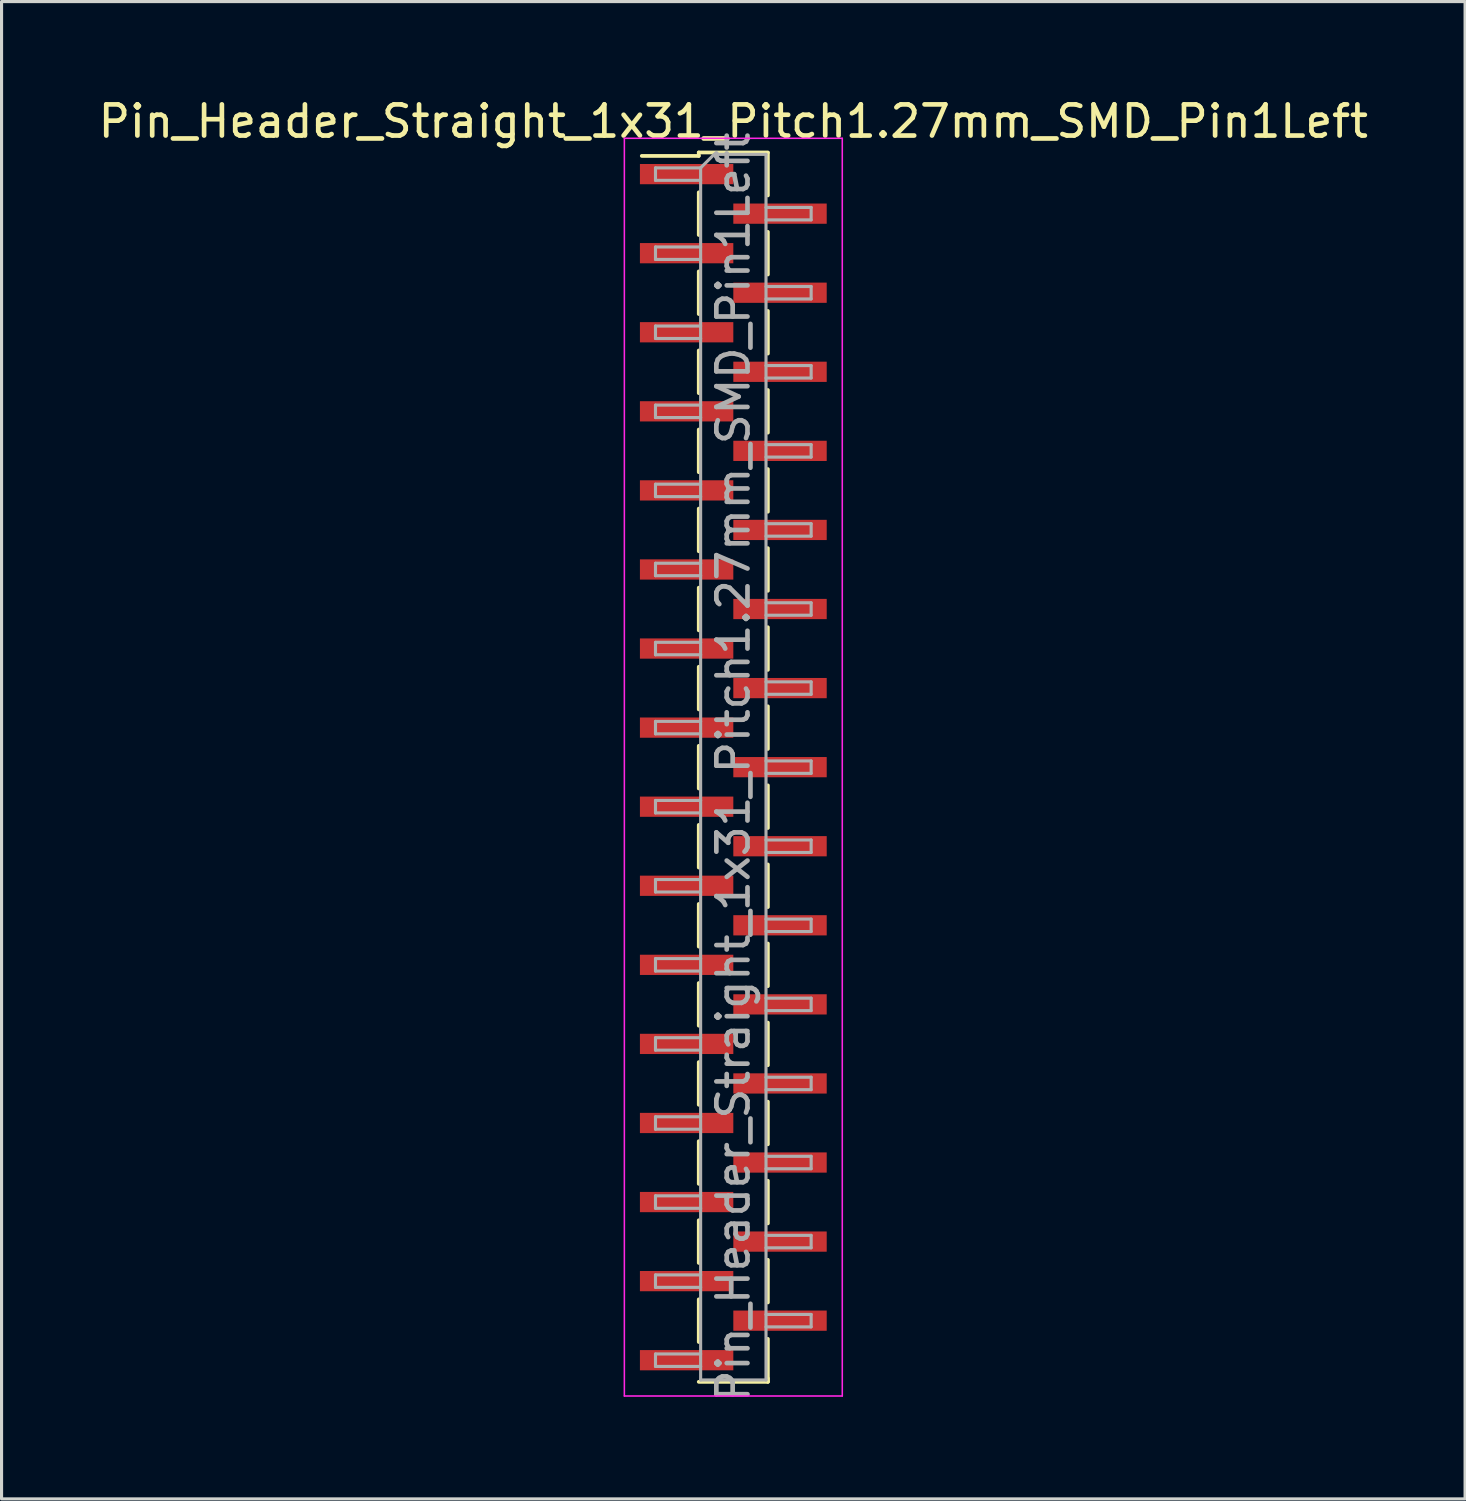
<source format=kicad_pcb>
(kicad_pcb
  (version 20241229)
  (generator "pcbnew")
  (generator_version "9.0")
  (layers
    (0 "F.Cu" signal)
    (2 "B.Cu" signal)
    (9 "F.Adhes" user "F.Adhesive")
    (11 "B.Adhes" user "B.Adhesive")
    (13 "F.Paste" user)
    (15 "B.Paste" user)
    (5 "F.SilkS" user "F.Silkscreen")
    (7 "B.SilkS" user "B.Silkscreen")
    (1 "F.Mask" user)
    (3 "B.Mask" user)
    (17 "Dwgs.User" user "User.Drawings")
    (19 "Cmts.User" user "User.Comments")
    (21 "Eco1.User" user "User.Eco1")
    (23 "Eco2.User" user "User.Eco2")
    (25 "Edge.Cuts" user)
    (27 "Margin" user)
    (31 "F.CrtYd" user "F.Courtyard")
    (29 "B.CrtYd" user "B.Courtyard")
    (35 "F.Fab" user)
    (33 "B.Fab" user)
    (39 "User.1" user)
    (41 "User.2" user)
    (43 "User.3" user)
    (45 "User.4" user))
  (footprint "Pin_Header_Straight_1x31_Pitch1.27mm_SMD_Pin1Left"
    (layer "F.Cu")
    (at 20.506 21.593)
    (property "Reference" "Pin_Header_Straight_1x31_Pitch1.27mm_SMD_Pin1Left" (at 0 -20.745 0) (layer "F.SilkS") (effects (font (size 1 1) (thickness 0.15))))
    (attr smd)
    (fp_line (start -1.11 -19.745) (end -1.11 -19.635) (stroke (width 0.12) (type solid)) (layer "F.SilkS"))
    (fp_line (start -1.11 -19.745) (end 1.11 -19.745) (stroke (width 0.12) (type solid)) (layer "F.SilkS"))
    (fp_line (start -1.11 -19.635) (end -2.94 -19.635) (stroke (width 0.12) (type solid)) (layer "F.SilkS"))
    (fp_line (start -1.11 -18.465) (end -1.11 -17.095) (stroke (width 0.12) (type solid)) (layer "F.SilkS"))
    (fp_line (start -1.11 -15.925) (end -1.11 -14.555) (stroke (width 0.12) (type solid)) (layer "F.SilkS"))
    (fp_line (start -1.11 -13.385) (end -1.11 -12.015) (stroke (width 0.12) (type solid)) (layer "F.SilkS"))
    (fp_line (start -1.11 -10.845) (end -1.11 -9.475) (stroke (width 0.12) (type solid)) (layer "F.SilkS"))
    (fp_line (start -1.11 -8.305) (end -1.11 -6.935) (stroke (width 0.12) (type solid)) (layer "F.SilkS"))
    (fp_line (start -1.11 -5.765) (end -1.11 -4.395) (stroke (width 0.12) (type solid)) (layer "F.SilkS"))
    (fp_line (start -1.11 -3.225) (end -1.11 -1.855) (stroke (width 0.12) (type solid)) (layer "F.SilkS"))
    (fp_line (start -1.11 -0.685) (end -1.11 0.685) (stroke (width 0.12) (type solid)) (layer "F.SilkS"))
    (fp_line (start -1.11 1.855) (end -1.11 3.225) (stroke (width 0.12) (type solid)) (layer "F.SilkS"))
    (fp_line (start -1.11 4.395) (end -1.11 5.765) (stroke (width 0.12) (type solid)) (layer "F.SilkS"))
    (fp_line (start -1.11 6.935) (end -1.11 8.305) (stroke (width 0.12) (type solid)) (layer "F.SilkS"))
    (fp_line (start -1.11 9.475) (end -1.11 10.845) (stroke (width 0.12) (type solid)) (layer "F.SilkS"))
    (fp_line (start -1.11 12.015) (end -1.11 13.385) (stroke (width 0.12) (type solid)) (layer "F.SilkS"))
    (fp_line (start -1.11 14.555) (end -1.11 15.925) (stroke (width 0.12) (type solid)) (layer "F.SilkS"))
    (fp_line (start -1.11 17.095) (end -1.11 18.465) (stroke (width 0.12) (type solid)) (layer "F.SilkS"))
    (fp_line (start -1.11 19.745) (end 1.11 19.745) (stroke (width 0.12) (type solid)) (layer "F.SilkS"))
    (fp_line (start 1.11 -19.735) (end 1.11 -18.365) (stroke (width 0.12) (type solid)) (layer "F.SilkS"))
    (fp_line (start 1.11 -17.195) (end 1.11 -15.825) (stroke (width 0.12) (type solid)) (layer "F.SilkS"))
    (fp_line (start 1.11 -14.655) (end 1.11 -13.285) (stroke (width 0.12) (type solid)) (layer "F.SilkS"))
    (fp_line (start 1.11 -12.115) (end 1.11 -10.745) (stroke (width 0.12) (type solid)) (layer "F.SilkS"))
    (fp_line (start 1.11 -9.575) (end 1.11 -8.205) (stroke (width 0.12) (type solid)) (layer "F.SilkS"))
    (fp_line (start 1.11 -7.035) (end 1.11 -5.665) (stroke (width 0.12) (type solid)) (layer "F.SilkS"))
    (fp_line (start 1.11 -4.495) (end 1.11 -3.125) (stroke (width 0.12) (type solid)) (layer "F.SilkS"))
    (fp_line (start 1.11 -1.955) (end 1.11 -0.585) (stroke (width 0.12) (type solid)) (layer "F.SilkS"))
    (fp_line (start 1.11 0.585) (end 1.11 1.955) (stroke (width 0.12) (type solid)) (layer "F.SilkS"))
    (fp_line (start 1.11 3.125) (end 1.11 4.495) (stroke (width 0.12) (type solid)) (layer "F.SilkS"))
    (fp_line (start 1.11 5.665) (end 1.11 7.035) (stroke (width 0.12) (type solid)) (layer "F.SilkS"))
    (fp_line (start 1.11 8.205) (end 1.11 9.575) (stroke (width 0.12) (type solid)) (layer "F.SilkS"))
    (fp_line (start 1.11 10.745) (end 1.11 12.115) (stroke (width 0.12) (type solid)) (layer "F.SilkS"))
    (fp_line (start 1.11 13.285) (end 1.11 14.655) (stroke (width 0.12) (type solid)) (layer "F.SilkS"))
    (fp_line (start 1.11 15.825) (end 1.11 17.195) (stroke (width 0.12) (type solid)) (layer "F.SilkS"))
    (fp_line (start 1.11 18.365) (end 1.11 19.735) (stroke (width 0.12) (type solid)) (layer "F.SilkS"))
    (fp_line (start 1.11 19.635) (end 1.11 19.745) (stroke (width 0.12) (type solid)) (layer "F.SilkS"))
    (fp_line (start -3.5 -20.2) (end -3.5 20.2) (stroke (width 0.05) (type solid)) (layer "F.CrtYd"))
    (fp_line (start -3.5 20.2) (end 3.5 20.2) (stroke (width 0.05) (type solid)) (layer "F.CrtYd"))
    (fp_line (start 3.5 -20.2) (end -3.5 -20.2) (stroke (width 0.05) (type solid)) (layer "F.CrtYd"))
    (fp_line (start 3.5 20.2) (end 3.5 -20.2) (stroke (width 0.05) (type solid)) (layer "F.CrtYd"))
    (fp_line (start -2.5 -19.25) (end -2.5 -18.85) (stroke (width 0.1) (type solid)) (layer "F.Fab"))
    (fp_line (start -2.5 -18.85) (end -1.05 -18.85) (stroke (width 0.1) (type solid)) (layer "F.Fab"))
    (fp_line (start -2.5 -16.71) (end -2.5 -16.31) (stroke (width 0.1) (type solid)) (layer "F.Fab"))
    (fp_line (start -2.5 -16.31) (end -1.05 -16.31) (stroke (width 0.1) (type solid)) (layer "F.Fab"))
    (fp_line (start -2.5 -14.17) (end -2.5 -13.77) (stroke (width 0.1) (type solid)) (layer "F.Fab"))
    (fp_line (start -2.5 -13.77) (end -1.05 -13.77) (stroke (width 0.1) (type solid)) (layer "F.Fab"))
    (fp_line (start -2.5 -11.63) (end -2.5 -11.23) (stroke (width 0.1) (type solid)) (layer "F.Fab"))
    (fp_line (start -2.5 -11.23) (end -1.05 -11.23) (stroke (width 0.1) (type solid)) (layer "F.Fab"))
    (fp_line (start -2.5 -9.09) (end -2.5 -8.69) (stroke (width 0.1) (type solid)) (layer "F.Fab"))
    (fp_line (start -2.5 -8.69) (end -1.05 -8.69) (stroke (width 0.1) (type solid)) (layer "F.Fab"))
    (fp_line (start -2.5 -6.55) (end -2.5 -6.15) (stroke (width 0.1) (type solid)) (layer "F.Fab"))
    (fp_line (start -2.5 -6.15) (end -1.05 -6.15) (stroke (width 0.1) (type solid)) (layer "F.Fab"))
    (fp_line (start -2.5 -4.01) (end -2.5 -3.61) (stroke (width 0.1) (type solid)) (layer "F.Fab"))
    (fp_line (start -2.5 -3.61) (end -1.05 -3.61) (stroke (width 0.1) (type solid)) (layer "F.Fab"))
    (fp_line (start -2.5 -1.47) (end -2.5 -1.07) (stroke (width 0.1) (type solid)) (layer "F.Fab"))
    (fp_line (start -2.5 -1.07) (end -1.05 -1.07) (stroke (width 0.1) (type solid)) (layer "F.Fab"))
    (fp_line (start -2.5 1.07) (end -2.5 1.47) (stroke (width 0.1) (type solid)) (layer "F.Fab"))
    (fp_line (start -2.5 1.47) (end -1.05 1.47) (stroke (width 0.1) (type solid)) (layer "F.Fab"))
    (fp_line (start -2.5 3.61) (end -2.5 4.01) (stroke (width 0.1) (type solid)) (layer "F.Fab"))
    (fp_line (start -2.5 4.01) (end -1.05 4.01) (stroke (width 0.1) (type solid)) (layer "F.Fab"))
    (fp_line (start -2.5 6.15) (end -2.5 6.55) (stroke (width 0.1) (type solid)) (layer "F.Fab"))
    (fp_line (start -2.5 6.55) (end -1.05 6.55) (stroke (width 0.1) (type solid)) (layer "F.Fab"))
    (fp_line (start -2.5 8.69) (end -2.5 9.09) (stroke (width 0.1) (type solid)) (layer "F.Fab"))
    (fp_line (start -2.5 9.09) (end -1.05 9.09) (stroke (width 0.1) (type solid)) (layer "F.Fab"))
    (fp_line (start -2.5 11.23) (end -2.5 11.63) (stroke (width 0.1) (type solid)) (layer "F.Fab"))
    (fp_line (start -2.5 11.63) (end -1.05 11.63) (stroke (width 0.1) (type solid)) (layer "F.Fab"))
    (fp_line (start -2.5 13.77) (end -2.5 14.17) (stroke (width 0.1) (type solid)) (layer "F.Fab"))
    (fp_line (start -2.5 14.17) (end -1.05 14.17) (stroke (width 0.1) (type solid)) (layer "F.Fab"))
    (fp_line (start -2.5 16.31) (end -2.5 16.71) (stroke (width 0.1) (type solid)) (layer "F.Fab"))
    (fp_line (start -2.5 16.71) (end -1.05 16.71) (stroke (width 0.1) (type solid)) (layer "F.Fab"))
    (fp_line (start -2.5 18.85) (end -2.5 19.25) (stroke (width 0.1) (type solid)) (layer "F.Fab"))
    (fp_line (start -2.5 19.25) (end -1.05 19.25) (stroke (width 0.1) (type solid)) (layer "F.Fab"))
    (fp_line (start -1.05 -19.25) (end -2.5 -19.25) (stroke (width 0.1) (type solid)) (layer "F.Fab"))
    (fp_line (start -1.05 -19.25) (end -0.615 -19.685) (stroke (width 0.1) (type solid)) (layer "F.Fab"))
    (fp_line (start -1.05 -16.71) (end -2.5 -16.71) (stroke (width 0.1) (type solid)) (layer "F.Fab"))
    (fp_line (start -1.05 -14.17) (end -2.5 -14.17) (stroke (width 0.1) (type solid)) (layer "F.Fab"))
    (fp_line (start -1.05 -11.63) (end -2.5 -11.63) (stroke (width 0.1) (type solid)) (layer "F.Fab"))
    (fp_line (start -1.05 -9.09) (end -2.5 -9.09) (stroke (width 0.1) (type solid)) (layer "F.Fab"))
    (fp_line (start -1.05 -6.55) (end -2.5 -6.55) (stroke (width 0.1) (type solid)) (layer "F.Fab"))
    (fp_line (start -1.05 -4.01) (end -2.5 -4.01) (stroke (width 0.1) (type solid)) (layer "F.Fab"))
    (fp_line (start -1.05 -1.47) (end -2.5 -1.47) (stroke (width 0.1) (type solid)) (layer "F.Fab"))
    (fp_line (start -1.05 1.07) (end -2.5 1.07) (stroke (width 0.1) (type solid)) (layer "F.Fab"))
    (fp_line (start -1.05 3.61) (end -2.5 3.61) (stroke (width 0.1) (type solid)) (layer "F.Fab"))
    (fp_line (start -1.05 6.15) (end -2.5 6.15) (stroke (width 0.1) (type solid)) (layer "F.Fab"))
    (fp_line (start -1.05 8.69) (end -2.5 8.69) (stroke (width 0.1) (type solid)) (layer "F.Fab"))
    (fp_line (start -1.05 11.23) (end -2.5 11.23) (stroke (width 0.1) (type solid)) (layer "F.Fab"))
    (fp_line (start -1.05 13.77) (end -2.5 13.77) (stroke (width 0.1) (type solid)) (layer "F.Fab"))
    (fp_line (start -1.05 16.31) (end -2.5 16.31) (stroke (width 0.1) (type solid)) (layer "F.Fab"))
    (fp_line (start -1.05 18.85) (end -2.5 18.85) (stroke (width 0.1) (type solid)) (layer "F.Fab"))
    (fp_line (start -1.05 19.685) (end -1.05 -19.25) (stroke (width 0.1) (type solid)) (layer "F.Fab"))
    (fp_line (start -0.615 -19.685) (end 1.05 -19.685) (stroke (width 0.1) (type solid)) (layer "F.Fab"))
    (fp_line (start 1.05 -19.685) (end 1.05 19.685) (stroke (width 0.1) (type solid)) (layer "F.Fab"))
    (fp_line (start 1.05 -17.98) (end 2.5 -17.98) (stroke (width 0.1) (type solid)) (layer "F.Fab"))
    (fp_line (start 1.05 -15.44) (end 2.5 -15.44) (stroke (width 0.1) (type solid)) (layer "F.Fab"))
    (fp_line (start 1.05 -12.9) (end 2.5 -12.9) (stroke (width 0.1) (type solid)) (layer "F.Fab"))
    (fp_line (start 1.05 -10.36) (end 2.5 -10.36) (stroke (width 0.1) (type solid)) (layer "F.Fab"))
    (fp_line (start 1.05 -7.82) (end 2.5 -7.82) (stroke (width 0.1) (type solid)) (layer "F.Fab"))
    (fp_line (start 1.05 -5.28) (end 2.5 -5.28) (stroke (width 0.1) (type solid)) (layer "F.Fab"))
    (fp_line (start 1.05 -2.74) (end 2.5 -2.74) (stroke (width 0.1) (type solid)) (layer "F.Fab"))
    (fp_line (start 1.05 -0.2) (end 2.5 -0.2) (stroke (width 0.1) (type solid)) (layer "F.Fab"))
    (fp_line (start 1.05 2.34) (end 2.5 2.34) (stroke (width 0.1) (type solid)) (layer "F.Fab"))
    (fp_line (start 1.05 4.88) (end 2.5 4.88) (stroke (width 0.1) (type solid)) (layer "F.Fab"))
    (fp_line (start 1.05 7.42) (end 2.5 7.42) (stroke (width 0.1) (type solid)) (layer "F.Fab"))
    (fp_line (start 1.05 9.96) (end 2.5 9.96) (stroke (width 0.1) (type solid)) (layer "F.Fab"))
    (fp_line (start 1.05 12.5) (end 2.5 12.5) (stroke (width 0.1) (type solid)) (layer "F.Fab"))
    (fp_line (start 1.05 15.04) (end 2.5 15.04) (stroke (width 0.1) (type solid)) (layer "F.Fab"))
    (fp_line (start 1.05 17.58) (end 2.5 17.58) (stroke (width 0.1) (type solid)) (layer "F.Fab"))
    (fp_line (start 1.05 19.685) (end -1.05 19.685) (stroke (width 0.1) (type solid)) (layer "F.Fab"))
    (fp_line (start 2.5 -17.98) (end 2.5 -17.58) (stroke (width 0.1) (type solid)) (layer "F.Fab"))
    (fp_line (start 2.5 -17.58) (end 1.05 -17.58) (stroke (width 0.1) (type solid)) (layer "F.Fab"))
    (fp_line (start 2.5 -15.44) (end 2.5 -15.04) (stroke (width 0.1) (type solid)) (layer "F.Fab"))
    (fp_line (start 2.5 -15.04) (end 1.05 -15.04) (stroke (width 0.1) (type solid)) (layer "F.Fab"))
    (fp_line (start 2.5 -12.9) (end 2.5 -12.5) (stroke (width 0.1) (type solid)) (layer "F.Fab"))
    (fp_line (start 2.5 -12.5) (end 1.05 -12.5) (stroke (width 0.1) (type solid)) (layer "F.Fab"))
    (fp_line (start 2.5 -10.36) (end 2.5 -9.96) (stroke (width 0.1) (type solid)) (layer "F.Fab"))
    (fp_line (start 2.5 -9.96) (end 1.05 -9.96) (stroke (width 0.1) (type solid)) (layer "F.Fab"))
    (fp_line (start 2.5 -7.82) (end 2.5 -7.42) (stroke (width 0.1) (type solid)) (layer "F.Fab"))
    (fp_line (start 2.5 -7.42) (end 1.05 -7.42) (stroke (width 0.1) (type solid)) (layer "F.Fab"))
    (fp_line (start 2.5 -5.28) (end 2.5 -4.88) (stroke (width 0.1) (type solid)) (layer "F.Fab"))
    (fp_line (start 2.5 -4.88) (end 1.05 -4.88) (stroke (width 0.1) (type solid)) (layer "F.Fab"))
    (fp_line (start 2.5 -2.74) (end 2.5 -2.34) (stroke (width 0.1) (type solid)) (layer "F.Fab"))
    (fp_line (start 2.5 -2.34) (end 1.05 -2.34) (stroke (width 0.1) (type solid)) (layer "F.Fab"))
    (fp_line (start 2.5 -0.2) (end 2.5 0.2) (stroke (width 0.1) (type solid)) (layer "F.Fab"))
    (fp_line (start 2.5 0.2) (end 1.05 0.2) (stroke (width 0.1) (type solid)) (layer "F.Fab"))
    (fp_line (start 2.5 2.34) (end 2.5 2.74) (stroke (width 0.1) (type solid)) (layer "F.Fab"))
    (fp_line (start 2.5 2.74) (end 1.05 2.74) (stroke (width 0.1) (type solid)) (layer "F.Fab"))
    (fp_line (start 2.5 4.88) (end 2.5 5.28) (stroke (width 0.1) (type solid)) (layer "F.Fab"))
    (fp_line (start 2.5 5.28) (end 1.05 5.28) (stroke (width 0.1) (type solid)) (layer "F.Fab"))
    (fp_line (start 2.5 7.42) (end 2.5 7.82) (stroke (width 0.1) (type solid)) (layer "F.Fab"))
    (fp_line (start 2.5 7.82) (end 1.05 7.82) (stroke (width 0.1) (type solid)) (layer "F.Fab"))
    (fp_line (start 2.5 9.96) (end 2.5 10.36) (stroke (width 0.1) (type solid)) (layer "F.Fab"))
    (fp_line (start 2.5 10.36) (end 1.05 10.36) (stroke (width 0.1) (type solid)) (layer "F.Fab"))
    (fp_line (start 2.5 12.5) (end 2.5 12.9) (stroke (width 0.1) (type solid)) (layer "F.Fab"))
    (fp_line (start 2.5 12.9) (end 1.05 12.9) (stroke (width 0.1) (type solid)) (layer "F.Fab"))
    (fp_line (start 2.5 15.04) (end 2.5 15.44) (stroke (width 0.1) (type solid)) (layer "F.Fab"))
    (fp_line (start 2.5 15.44) (end 1.05 15.44) (stroke (width 0.1) (type solid)) (layer "F.Fab"))
    (fp_line (start 2.5 17.58) (end 2.5 17.98) (stroke (width 0.1) (type solid)) (layer "F.Fab"))
    (fp_line (start 2.5 17.98) (end 1.05 17.98) (stroke (width 0.1) (type solid)) (layer "F.Fab"))
    (fp_text user "${REFERENCE}" (at 0 0 90) (layer "F.Fab") (effects (font (size 1 1) (thickness 0.15))))
    (pad "1" smd rect (at -1.5 -19.05) (size 3 0.65) (layers "F.Cu" "F.Mask" "F.Paste"))
    (pad "2" smd rect (at 1.5 -17.78) (size 3 0.65) (layers "F.Cu" "F.Mask" "F.Paste"))
    (pad "3" smd rect (at -1.5 -16.51) (size 3 0.65) (layers "F.Cu" "F.Mask" "F.Paste"))
    (pad "4" smd rect (at 1.5 -15.24) (size 3 0.65) (layers "F.Cu" "F.Mask" "F.Paste"))
    (pad "5" smd rect (at -1.5 -13.97) (size 3 0.65) (layers "F.Cu" "F.Mask" "F.Paste"))
    (pad "6" smd rect (at 1.5 -12.7) (size 3 0.65) (layers "F.Cu" "F.Mask" "F.Paste"))
    (pad "7" smd rect (at -1.5 -11.43) (size 3 0.65) (layers "F.Cu" "F.Mask" "F.Paste"))
    (pad "8" smd rect (at 1.5 -10.16) (size 3 0.65) (layers "F.Cu" "F.Mask" "F.Paste"))
    (pad "9" smd rect (at -1.5 -8.89) (size 3 0.65) (layers "F.Cu" "F.Mask" "F.Paste"))
    (pad "10" smd rect (at 1.5 -7.62) (size 3 0.65) (layers "F.Cu" "F.Mask" "F.Paste"))
    (pad "11" smd rect (at -1.5 -6.35) (size 3 0.65) (layers "F.Cu" "F.Mask" "F.Paste"))
    (pad "12" smd rect (at 1.5 -5.08) (size 3 0.65) (layers "F.Cu" "F.Mask" "F.Paste"))
    (pad "13" smd rect (at -1.5 -3.81) (size 3 0.65) (layers "F.Cu" "F.Mask" "F.Paste"))
    (pad "14" smd rect (at 1.5 -2.54) (size 3 0.65) (layers "F.Cu" "F.Mask" "F.Paste"))
    (pad "15" smd rect (at -1.5 -1.27) (size 3 0.65) (layers "F.Cu" "F.Mask" "F.Paste"))
    (pad "16" smd rect (at 1.5 0) (size 3 0.65) (layers "F.Cu" "F.Mask" "F.Paste"))
    (pad "17" smd rect (at -1.5 1.27) (size 3 0.65) (layers "F.Cu" "F.Mask" "F.Paste"))
    (pad "18" smd rect (at 1.5 2.54) (size 3 0.65) (layers "F.Cu" "F.Mask" "F.Paste"))
    (pad "19" smd rect (at -1.5 3.81) (size 3 0.65) (layers "F.Cu" "F.Mask" "F.Paste"))
    (pad "20" smd rect (at 1.5 5.08) (size 3 0.65) (layers "F.Cu" "F.Mask" "F.Paste"))
    (pad "21" smd rect (at -1.5 6.35) (size 3 0.65) (layers "F.Cu" "F.Mask" "F.Paste"))
    (pad "22" smd rect (at 1.5 7.62) (size 3 0.65) (layers "F.Cu" "F.Mask" "F.Paste"))
    (pad "23" smd rect (at -1.5 8.89) (size 3 0.65) (layers "F.Cu" "F.Mask" "F.Paste"))
    (pad "24" smd rect (at 1.5 10.16) (size 3 0.65) (layers "F.Cu" "F.Mask" "F.Paste"))
    (pad "25" smd rect (at -1.5 11.43) (size 3 0.65) (layers "F.Cu" "F.Mask" "F.Paste"))
    (pad "26" smd rect (at 1.5 12.7) (size 3 0.65) (layers "F.Cu" "F.Mask" "F.Paste"))
    (pad "27" smd rect (at -1.5 13.97) (size 3 0.65) (layers "F.Cu" "F.Mask" "F.Paste"))
    (pad "28" smd rect (at 1.5 15.24) (size 3 0.65) (layers "F.Cu" "F.Mask" "F.Paste"))
    (pad "29" smd rect (at -1.5 16.51) (size 3 0.65) (layers "F.Cu" "F.Mask" "F.Paste"))
    (pad "30" smd rect (at 1.5 17.78) (size 3 0.65) (layers "F.Cu" "F.Mask" "F.Paste"))
    (pad "31" smd rect (at -1.5 19.05) (size 3 0.65) (layers "F.Cu" "F.Mask" "F.Paste")))
  (gr_rect
    (start -3 -3)
    (end 44.012 45.099)
    (stroke (width 0.1) (type default))
    (fill no)
    (layer "Edge.Cuts")))
</source>
